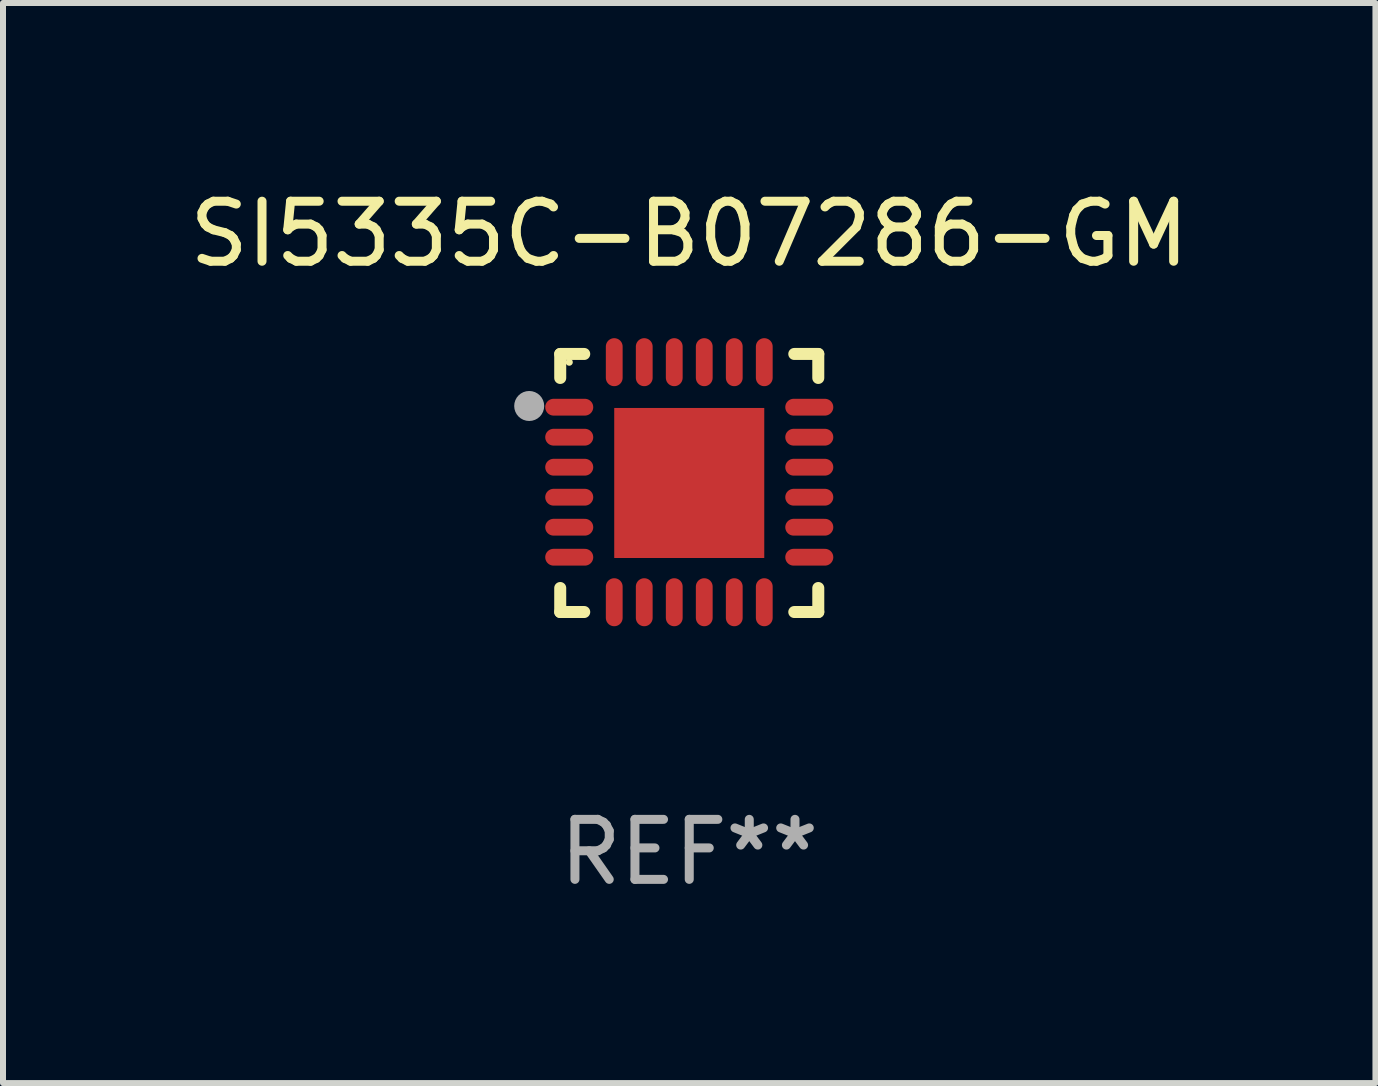
<source format=kicad_pcb>
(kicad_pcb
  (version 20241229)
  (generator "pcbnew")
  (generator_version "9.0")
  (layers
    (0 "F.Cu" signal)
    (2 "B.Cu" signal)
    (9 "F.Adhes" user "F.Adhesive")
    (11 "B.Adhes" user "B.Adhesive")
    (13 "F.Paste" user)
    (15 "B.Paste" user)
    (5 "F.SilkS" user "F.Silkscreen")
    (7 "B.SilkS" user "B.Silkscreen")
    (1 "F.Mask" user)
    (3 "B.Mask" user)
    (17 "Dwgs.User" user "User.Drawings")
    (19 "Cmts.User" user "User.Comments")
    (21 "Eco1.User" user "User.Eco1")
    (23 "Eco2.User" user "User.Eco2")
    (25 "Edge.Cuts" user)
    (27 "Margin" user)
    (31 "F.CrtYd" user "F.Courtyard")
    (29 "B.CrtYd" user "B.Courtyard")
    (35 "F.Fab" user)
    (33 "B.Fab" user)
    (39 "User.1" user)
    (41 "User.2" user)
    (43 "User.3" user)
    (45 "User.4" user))
  (footprint "SI5335C-B07286-GM"
    (layer "F.Cu")
    (at 8.435 4.998)
    (property "Reference" "SI5335C-B07286-GM" (at 0 -4.15 0) (layer "F.SilkS") (effects (font (size 1 1) (thickness 0.15))))
    (attr through_hole)
    (fp_line (start -2.15 -2.15) (end -1.75 -2.15) (stroke (width 0.2) (type solid)) (layer "F.SilkS"))
    (fp_line (start -2.15 -1.75) (end -2.15 -2.15) (stroke (width 0.2) (type solid)) (layer "F.SilkS"))
    (fp_line (start -2.15 2.15) (end -2.15 1.75) (stroke (width 0.2) (type solid)) (layer "F.SilkS"))
    (fp_line (start -1.75 2.15) (end -2.15 2.15) (stroke (width 0.2) (type solid)) (layer "F.SilkS"))
    (fp_line (start 1.75 -2.15) (end 2.15 -2.15) (stroke (width 0.2) (type solid)) (layer "F.SilkS"))
    (fp_line (start 1.75 2.15) (end 2.15 2.15) (stroke (width 0.2) (type solid)) (layer "F.SilkS"))
    (fp_line (start 2.15 -2.15) (end 2.15 -1.75) (stroke (width 0.2) (type solid)) (layer "F.SilkS"))
    (fp_line (start 2.15 2.15) (end 2.15 1.75) (stroke (width 0.2) (type solid)) (layer "F.SilkS"))
    (fp_circle (center -2 -2.013) (end -1.97 -2.013) (stroke (width 0.06) (type solid)) (fill no) (layer "F.SilkS"))
    (fp_circle (center -2.667 -1.283) (end -2.542 -1.283) (stroke (width 0.25) (type solid)) (fill no) (layer "F.Fab"))
    (fp_text user "REF**" (at 0 6.15 0) (layer "F.Fab") (effects (font (size 1 1) (thickness 0.15))))
    (pad "1" smd oval (at -2 -1.263) (size 0.8 0.28) (layers "F.Cu" "F.Mask" "F.Paste"))
    (pad "2" smd oval (at -2 -0.763) (size 0.8 0.28) (layers "F.Cu" "F.Mask" "F.Paste"))
    (pad "3" smd oval (at -2 -0.263) (size 0.8 0.28) (layers "F.Cu" "F.Mask" "F.Paste"))
    (pad "4" smd oval (at -2 0.237) (size 0.8 0.28) (layers "F.Cu" "F.Mask" "F.Paste"))
    (pad "5" smd oval (at -2 0.737) (size 0.8 0.28) (layers "F.Cu" "F.Mask" "F.Paste"))
    (pad "6" smd oval (at -2 1.237) (size 0.8 0.28) (layers "F.Cu" "F.Mask" "F.Paste"))
    (pad "7" smd oval (at -1.25 1.987) (size 0.28 0.8) (layers "F.Cu" "F.Mask" "F.Paste"))
    (pad "8" smd oval (at -0.75 1.987) (size 0.28 0.8) (layers "F.Cu" "F.Mask" "F.Paste"))
    (pad "9" smd oval (at -0.25 1.987) (size 0.28 0.8) (layers "F.Cu" "F.Mask" "F.Paste"))
    (pad "10" smd oval (at 0.25 1.987) (size 0.28 0.8) (layers "F.Cu" "F.Mask" "F.Paste"))
    (pad "11" smd oval (at 0.75 1.987) (size 0.28 0.8) (layers "F.Cu" "F.Mask" "F.Paste"))
    (pad "12" smd oval (at 1.25 1.987) (size 0.28 0.8) (layers "F.Cu" "F.Mask" "F.Paste"))
    (pad "13" smd oval (at 2 1.237) (size 0.8 0.28) (layers "F.Cu" "F.Mask" "F.Paste"))
    (pad "14" smd oval (at 2 0.737) (size 0.8 0.28) (layers "F.Cu" "F.Mask" "F.Paste"))
    (pad "15" smd oval (at 2 0.237) (size 0.8 0.28) (layers "F.Cu" "F.Mask" "F.Paste"))
    (pad "16" smd oval (at 2 -0.263) (size 0.8 0.28) (layers "F.Cu" "F.Mask" "F.Paste"))
    (pad "17" smd oval (at 2 -0.763) (size 0.8 0.28) (layers "F.Cu" "F.Mask" "F.Paste"))
    (pad "18" smd oval (at 2 -1.263) (size 0.8 0.28) (layers "F.Cu" "F.Mask" "F.Paste"))
    (pad "19" smd oval (at 1.25 -2.013) (size 0.28 0.8) (layers "F.Cu" "F.Mask" "F.Paste"))
    (pad "20" smd oval (at 0.75 -2.013) (size 0.28 0.8) (layers "F.Cu" "F.Mask" "F.Paste"))
    (pad "21" smd oval (at 0.25 -2.013) (size 0.28 0.8) (layers "F.Cu" "F.Mask" "F.Paste"))
    (pad "22" smd oval (at -0.25 -2.013) (size 0.28 0.8) (layers "F.Cu" "F.Mask" "F.Paste"))
    (pad "23" smd oval (at -0.75 -2.013) (size 0.28 0.8) (layers "F.Cu" "F.Mask" "F.Paste"))
    (pad "24" smd oval (at -1.25 -2.013) (size 0.28 0.8) (layers "F.Cu" "F.Mask" "F.Paste"))
    (pad "25" smd rect (at -0.000127 -0.00014) (size 2.5 2.5) (layers "F.Cu" "F.Mask" "F.Paste")))
  (gr_rect
    (start -3 -3)
    (end 19.869 14.997)
    (stroke (width 0.1) (type default))
    (fill no)
    (layer "Edge.Cuts")))
</source>
